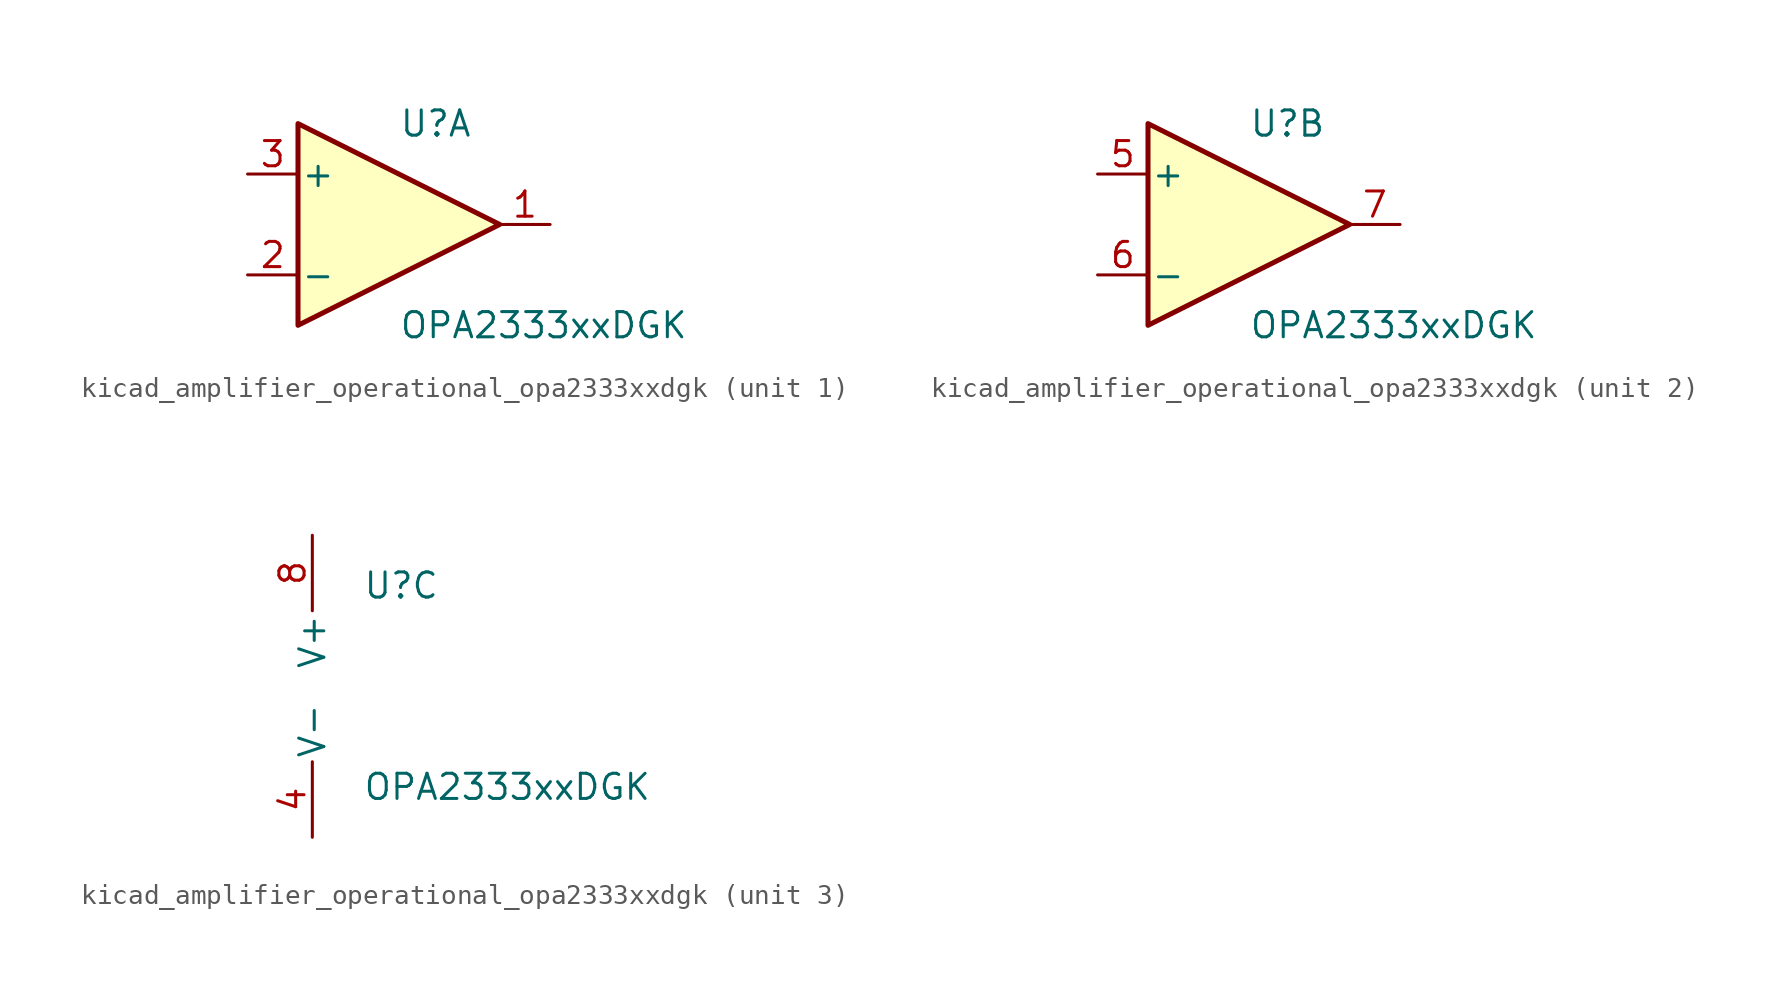
<source format=kicad_sym>
(kicad_symbol_lib
  (version 20220914)
  (generator kicad_symbol_editor)
  (symbol "kicad_amplifier_operational_opa2333xxdgk"
    (pin_names
      (offset 0.127))
    (property "Reference" "U"
      (at 0 5.08 0)
      (effects (font (size 1.27 1.27)) (justify left)))
    (property "Value" "OPA2333xxDGK"
      (at 0 -5.08 0)
      (effects (font (size 1.27 1.27)) (justify left)))
    (property "ki_locked" ""
      (at 0 0 0)
      (effects (font (size 1.27 1.27))))
    (symbol "kicad_amplifier_operational_opa2333xxdgk_1_1"
      (polyline (pts (xy -5.08 5.08) (xy 5.08 0) (xy -5.08 -5.08) (xy -5.08 5.08)) (stroke (width 0.254) (type default)) (fill (type background)))
      (pin output line (at 7.62 0 180) (length 2.54) (name "~" (effects (font (size 1.27 1.27)))) (number "1" (effects (font (size 1.27 1.27)))))
      (pin input line (at -7.62 -2.54 0) (length 2.54) (name "-" (effects (font (size 1.27 1.27)))) (number "2" (effects (font (size 1.27 1.27)))))
      (pin input line (at -7.62 2.54 0) (length 2.54) (name "+" (effects (font (size 1.27 1.27)))) (number "3" (effects (font (size 1.27 1.27))))))
    (symbol "kicad_amplifier_operational_opa2333xxdgk_2_1"
      (polyline (pts (xy -5.08 5.08) (xy 5.08 0) (xy -5.08 -5.08) (xy -5.08 5.08)) (stroke (width 0.254) (type default)) (fill (type background)))
      (pin input line (at -7.62 2.54 0) (length 2.54) (name "+" (effects (font (size 1.27 1.27)))) (number "5" (effects (font (size 1.27 1.27)))))
      (pin input line (at -7.62 -2.54 0) (length 2.54) (name "-" (effects (font (size 1.27 1.27)))) (number "6" (effects (font (size 1.27 1.27)))))
      (pin output line (at 7.62 0 180) (length 2.54) (name "~" (effects (font (size 1.27 1.27)))) (number "7" (effects (font (size 1.27 1.27))))))
    (symbol "kicad_amplifier_operational_opa2333xxdgk_3_1"
      (pin power_in line (at -2.54 -7.62 90) (length 3.81) (name "V-" (effects (font (size 1.27 1.27)))) (number "4" (effects (font (size 1.27 1.27)))))
      (pin power_in line (at -2.54 7.62 270) (length 3.81) (name "V+" (effects (font (size 1.27 1.27)))) (number "8" (effects (font (size 1.27 1.27))))))))
</source>
